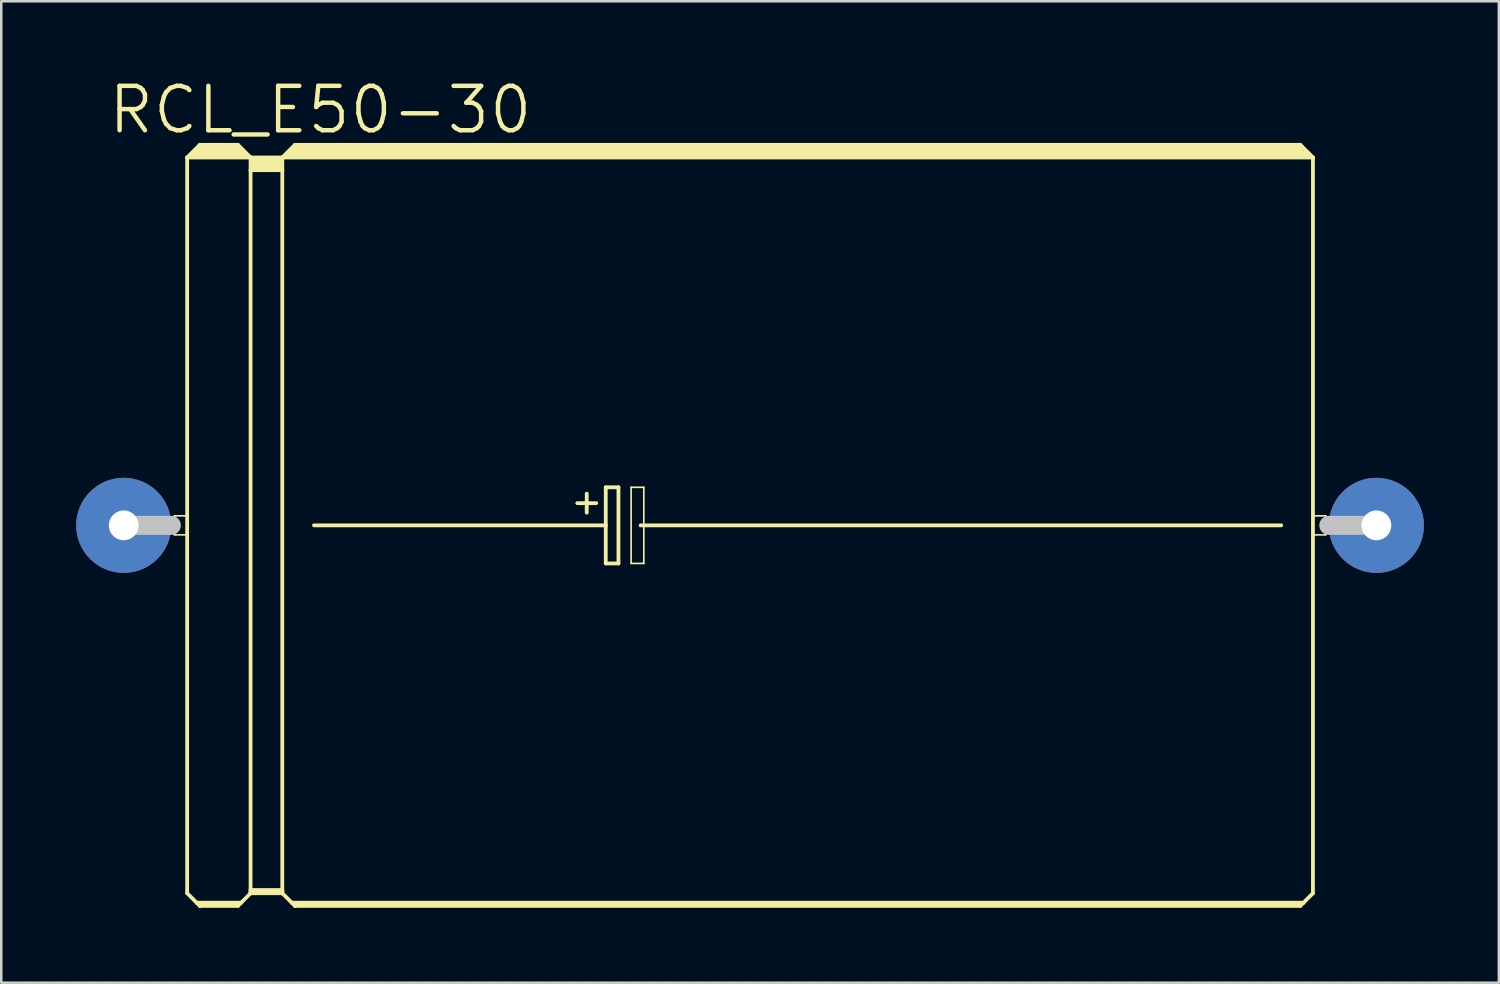
<source format=kicad_pcb>
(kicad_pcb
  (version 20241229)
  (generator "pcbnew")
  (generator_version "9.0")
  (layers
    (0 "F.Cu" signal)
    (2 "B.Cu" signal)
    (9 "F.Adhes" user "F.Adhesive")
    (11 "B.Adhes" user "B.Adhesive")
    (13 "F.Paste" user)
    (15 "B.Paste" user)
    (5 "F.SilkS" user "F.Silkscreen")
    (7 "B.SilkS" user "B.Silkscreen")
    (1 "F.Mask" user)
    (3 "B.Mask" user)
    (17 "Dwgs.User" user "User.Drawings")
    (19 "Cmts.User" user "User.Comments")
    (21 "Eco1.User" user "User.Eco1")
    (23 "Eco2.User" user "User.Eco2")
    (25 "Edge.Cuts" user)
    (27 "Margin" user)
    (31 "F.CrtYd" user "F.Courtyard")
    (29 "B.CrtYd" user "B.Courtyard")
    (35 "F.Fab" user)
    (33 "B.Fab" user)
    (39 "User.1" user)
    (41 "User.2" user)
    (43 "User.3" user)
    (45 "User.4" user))
  (footprint "RCL_E50-30"
    (layer "F.Cu")
    (at 27.305 17.989)
    (property "Reference" "RCL_E50-30" (at -17.523 -16.637 0) (layer "F.SilkS") (effects (font (size 1.778 1.778) (thickness 0.178))))
    (attr exclude_from_pos_files exclude_from_bom)
    (fp_line (start -23.368 -0.381) (end -22.86 -0.381) (stroke (width 0.066) (type solid)) (layer "F.SilkS"))
    (fp_line (start -23.368 0.381) (end -23.368 -0.381) (stroke (width 0.066) (type solid)) (layer "F.SilkS"))
    (fp_line (start -23.368 0.381) (end -22.86 0.381) (stroke (width 0.066) (type solid)) (layer "F.SilkS"))
    (fp_line (start -22.86 -14.732) (end -22.86 14.732) (stroke (width 0.152) (type solid)) (layer "F.SilkS"))
    (fp_line (start -22.86 -14.732) (end -22.352 -15.24) (stroke (width 0.152) (type solid)) (layer "F.SilkS"))
    (fp_line (start -22.86 -14.732) (end -20.32 -14.732) (stroke (width 0.152) (type solid)) (layer "F.SilkS"))
    (fp_line (start -22.86 0.381) (end -22.86 -0.381) (stroke (width 0.066) (type solid)) (layer "F.SilkS"))
    (fp_line (start -22.86 14.732) (end -22.479 15.113) (stroke (width 0.152) (type solid)) (layer "F.SilkS"))
    (fp_line (start -22.606 -14.859) (end -22.479 -14.859) (stroke (width 0.305) (type solid)) (layer "F.SilkS"))
    (fp_line (start -22.479 -14.859) (end -22.479 -14.986) (stroke (width 0.305) (type solid)) (layer "F.SilkS"))
    (fp_line (start -22.479 -14.859) (end -20.698 -14.859) (stroke (width 0.305) (type solid)) (layer "F.SilkS"))
    (fp_line (start -22.479 15.113) (end -22.352 15.24) (stroke (width 0.152) (type solid)) (layer "F.SilkS"))
    (fp_line (start -22.479 15.113) (end -20.698 15.113) (stroke (width 0.152) (type solid)) (layer "F.SilkS"))
    (fp_line (start -22.352 -15.24) (end -20.828 -15.24) (stroke (width 0.152) (type solid)) (layer "F.SilkS"))
    (fp_line (start -22.352 -15.113) (end -20.828 -15.113) (stroke (width 0.305) (type solid)) (layer "F.SilkS"))
    (fp_line (start -22.352 15.189) (end -20.828 15.189) (stroke (width 0.152) (type solid)) (layer "F.SilkS"))
    (fp_line (start -22.352 15.24) (end -22.352 15.189) (stroke (width 0.152) (type solid)) (layer "F.SilkS"))
    (fp_line (start -22.352 15.24) (end -20.828 15.24) (stroke (width 0.152) (type solid)) (layer "F.SilkS"))
    (fp_line (start -20.698 -14.859) (end -20.698 -14.986) (stroke (width 0.305) (type solid)) (layer "F.SilkS"))
    (fp_line (start -20.698 -14.859) (end -20.574 -14.859) (stroke (width 0.305) (type solid)) (layer "F.SilkS"))
    (fp_line (start -20.698 15.113) (end -20.828 15.24) (stroke (width 0.152) (type solid)) (layer "F.SilkS"))
    (fp_line (start -20.32 -14.732) (end -20.828 -15.24) (stroke (width 0.152) (type solid)) (layer "F.SilkS"))
    (fp_line (start -20.32 -14.732) (end -20.32 -14.224) (stroke (width 0.152) (type solid)) (layer "F.SilkS"))
    (fp_line (start -20.32 -14.732) (end -19.05 -14.732) (stroke (width 0.152) (type solid)) (layer "F.SilkS"))
    (fp_line (start -20.32 -14.224) (end -20.32 14.605) (stroke (width 0.152) (type solid)) (layer "F.SilkS"))
    (fp_line (start -20.32 -14.224) (end -19.05 -14.224) (stroke (width 0.152) (type solid)) (layer "F.SilkS"))
    (fp_line (start -20.32 14.605) (end -20.32 14.681) (stroke (width 0.152) (type solid)) (layer "F.SilkS"))
    (fp_line (start -20.32 14.605) (end -19.05 14.605) (stroke (width 0.152) (type solid)) (layer "F.SilkS"))
    (fp_line (start -20.32 14.681) (end -20.32 14.732) (stroke (width 0.152) (type solid)) (layer "F.SilkS"))
    (fp_line (start -20.32 14.681) (end -19.05 14.681) (stroke (width 0.152) (type solid)) (layer "F.SilkS"))
    (fp_line (start -20.32 14.732) (end -20.698 15.113) (stroke (width 0.152) (type solid)) (layer "F.SilkS"))
    (fp_line (start -20.32 14.732) (end -19.05 14.732) (stroke (width 0.152) (type solid)) (layer "F.SilkS"))
    (fp_line (start -20.193 -14.605) (end -19.177 -14.605) (stroke (width 0.305) (type solid)) (layer "F.SilkS"))
    (fp_line (start -20.193 -14.348) (end -19.177 -14.348) (stroke (width 0.305) (type solid)) (layer "F.SilkS"))
    (fp_line (start -19.05 -14.732) (end -19.05 -14.224) (stroke (width 0.152) (type solid)) (layer "F.SilkS"))
    (fp_line (start -19.05 -14.732) (end 22.225 -14.732) (stroke (width 0.152) (type solid)) (layer "F.SilkS"))
    (fp_line (start -19.05 -14.224) (end -19.05 14.605) (stroke (width 0.152) (type solid)) (layer "F.SilkS"))
    (fp_line (start -19.05 14.605) (end -19.05 14.681) (stroke (width 0.152) (type solid)) (layer "F.SilkS"))
    (fp_line (start -19.05 14.681) (end -19.05 14.732) (stroke (width 0.152) (type solid)) (layer "F.SilkS"))
    (fp_line (start -19.05 14.732) (end -18.669 15.113) (stroke (width 0.152) (type solid)) (layer "F.SilkS"))
    (fp_line (start -18.796 -14.859) (end -18.669 -14.859) (stroke (width 0.305) (type solid)) (layer "F.SilkS"))
    (fp_line (start -18.669 -14.859) (end -18.669 -14.986) (stroke (width 0.305) (type solid)) (layer "F.SilkS"))
    (fp_line (start -18.669 -14.859) (end 21.971 -14.859) (stroke (width 0.305) (type solid)) (layer "F.SilkS"))
    (fp_line (start -18.669 15.113) (end -18.542 15.24) (stroke (width 0.152) (type solid)) (layer "F.SilkS"))
    (fp_line (start -18.669 15.113) (end 21.844 15.113) (stroke (width 0.152) (type solid)) (layer "F.SilkS"))
    (fp_line (start -18.542 -15.24) (end -19.05 -14.732) (stroke (width 0.152) (type solid)) (layer "F.SilkS"))
    (fp_line (start -18.542 -15.24) (end 21.717 -15.24) (stroke (width 0.152) (type solid)) (layer "F.SilkS"))
    (fp_line (start -18.542 -15.113) (end 21.717 -15.113) (stroke (width 0.305) (type solid)) (layer "F.SilkS"))
    (fp_line (start -18.542 15.189) (end 21.717 15.189) (stroke (width 0.152) (type solid)) (layer "F.SilkS"))
    (fp_line (start -18.542 15.24) (end -18.542 15.189) (stroke (width 0.152) (type solid)) (layer "F.SilkS"))
    (fp_line (start -17.78 0) (end -6.096 0) (stroke (width 0.152) (type solid)) (layer "F.SilkS"))
    (fp_line (start -7.236 -0.889) (end -6.477 -0.889) (stroke (width 0.152) (type solid)) (layer "F.SilkS"))
    (fp_line (start -6.858 -1.27) (end -6.858 -0.508) (stroke (width 0.152) (type solid)) (layer "F.SilkS"))
    (fp_line (start -6.096 -1.524) (end -6.096 0) (stroke (width 0.152) (type solid)) (layer "F.SilkS"))
    (fp_line (start -6.096 0) (end -6.096 1.524) (stroke (width 0.152) (type solid)) (layer "F.SilkS"))
    (fp_line (start -6.096 1.524) (end -5.588 1.524) (stroke (width 0.152) (type solid)) (layer "F.SilkS"))
    (fp_line (start -5.588 -1.524) (end -6.096 -1.524) (stroke (width 0.152) (type solid)) (layer "F.SilkS"))
    (fp_line (start -5.588 1.524) (end -5.588 -1.524) (stroke (width 0.152) (type solid)) (layer "F.SilkS"))
    (fp_line (start -5.08 -1.524) (end -4.572 -1.524) (stroke (width 0.066) (type solid)) (layer "F.SilkS"))
    (fp_line (start -5.08 1.524) (end -5.08 -1.524) (stroke (width 0.066) (type solid)) (layer "F.SilkS"))
    (fp_line (start -5.08 1.524) (end -4.572 1.524) (stroke (width 0.066) (type solid)) (layer "F.SilkS"))
    (fp_line (start -4.699 0) (end 20.955 0) (stroke (width 0.152) (type solid)) (layer "F.SilkS"))
    (fp_line (start -4.572 1.524) (end -4.572 -1.524) (stroke (width 0.066) (type solid)) (layer "F.SilkS"))
    (fp_line (start 21.717 -15.24) (end 22.225 -14.732) (stroke (width 0.152) (type solid)) (layer "F.SilkS"))
    (fp_line (start 21.717 15.24) (end -18.542 15.24) (stroke (width 0.152) (type solid)) (layer "F.SilkS"))
    (fp_line (start 21.844 15.113) (end 21.717 15.24) (stroke (width 0.152) (type solid)) (layer "F.SilkS"))
    (fp_line (start 22.225 -14.732) (end 22.225 14.732) (stroke (width 0.152) (type solid)) (layer "F.SilkS"))
    (fp_line (start 22.225 -0.381) (end 22.733 -0.381) (stroke (width 0.066) (type solid)) (layer "F.SilkS"))
    (fp_line (start 22.225 0.381) (end 22.225 -0.381) (stroke (width 0.066) (type solid)) (layer "F.SilkS"))
    (fp_line (start 22.225 0.381) (end 22.733 0.381) (stroke (width 0.066) (type solid)) (layer "F.SilkS"))
    (fp_line (start 22.225 14.732) (end 21.844 15.113) (stroke (width 0.152) (type solid)) (layer "F.SilkS"))
    (fp_line (start 22.733 0.381) (end 22.733 -0.381) (stroke (width 0.066) (type solid)) (layer "F.SilkS"))
    (fp_line (start -25.4 0) (end -23.495 0) (stroke (width 0.762) (type solid)) (layer "Dwgs.User"))
    (fp_line (start 24.765 0) (end 22.86 0) (stroke (width 0.762) (type solid)) (layer "Dwgs.User"))
    (pad "+" thru_hole circle (at -25.4 0) (size 3.81 3.81) (drill 1.194) (layers "*.Cu" "*.Paste" "*.Mask"))
    (pad "-" thru_hole circle (at 24.765 0) (size 3.81 3.81) (drill 1.194) (layers "*.Cu" "*.Paste" "*.Mask")))
  (gr_rect
    (start -3 -3)
    (end 56.975 36.305)
    (stroke (width 0.1) (type default))
    (fill no)
    (layer "Edge.Cuts")))
</source>
